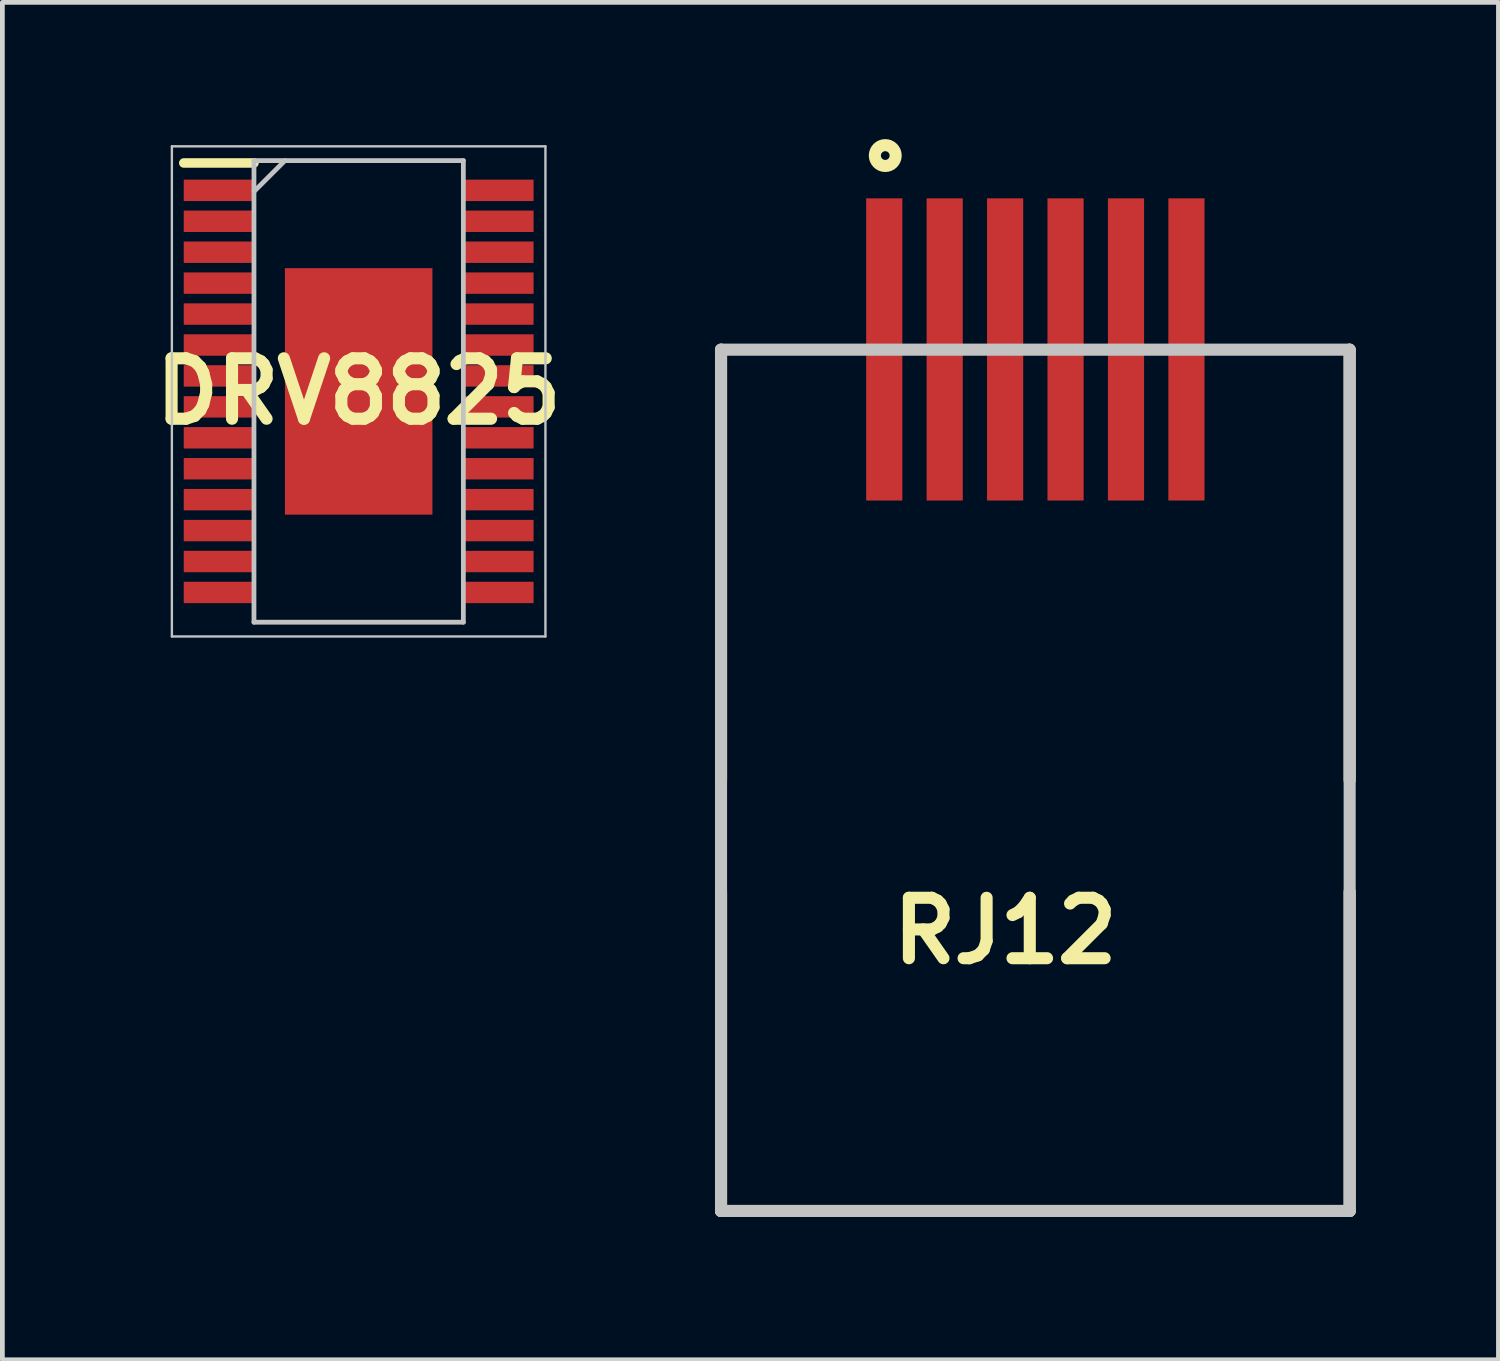
<source format=kicad_pcb>
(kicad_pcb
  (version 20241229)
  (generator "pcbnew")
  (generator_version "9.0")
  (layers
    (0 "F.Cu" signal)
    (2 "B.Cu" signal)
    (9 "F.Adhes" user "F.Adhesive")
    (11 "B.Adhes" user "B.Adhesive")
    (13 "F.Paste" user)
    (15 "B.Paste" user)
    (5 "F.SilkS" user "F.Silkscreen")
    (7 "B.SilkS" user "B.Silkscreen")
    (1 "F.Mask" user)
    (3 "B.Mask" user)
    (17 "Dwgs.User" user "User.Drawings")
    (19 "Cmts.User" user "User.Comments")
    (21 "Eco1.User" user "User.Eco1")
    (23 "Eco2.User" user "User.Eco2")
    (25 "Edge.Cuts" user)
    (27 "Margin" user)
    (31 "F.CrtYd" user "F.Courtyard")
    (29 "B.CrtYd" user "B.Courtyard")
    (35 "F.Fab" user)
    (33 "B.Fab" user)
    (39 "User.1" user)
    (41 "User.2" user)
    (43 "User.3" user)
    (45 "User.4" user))
  (footprint "RJ12"
    (layer "F.Cu")
    (at 18.707 14.518)
    (property "Reference" "RJ12" (at -0.631 1.994 0) (layer "F.SilkS") (effects (font (size 1.27 1.27) (thickness 0.254))))
    (attr through_hole)
    (fp_line (start -6.605 -10.22) (end -6.605 -1.17) (stroke (width 0.254) (type solid)) (layer "F.SilkS"))
    (fp_line (start -6.605 7.88) (end -6.605 1.17) (stroke (width 0.254) (type solid)) (layer "F.SilkS"))
    (fp_line (start 6.605 -10.22) (end 6.605 -1.17) (stroke (width 0.254) (type solid)) (layer "F.SilkS"))
    (fp_line (start 6.605 7.88) (end -6.605 7.88) (stroke (width 0.254) (type solid)) (layer "F.SilkS"))
    (fp_line (start 6.605 7.88) (end 6.605 1.17) (stroke (width 0.254) (type solid)) (layer "F.SilkS"))
    (fp_circle (center -3.154 -14.299) (end -3.154 -14.207) (stroke (width 0.254) (type solid)) (fill no) (layer "F.SilkS"))
    (fp_line (start -6.605 -10.22) (end 6.605 -10.22) (stroke (width 0.254) (type solid)) (layer "Dwgs.User"))
    (fp_line (start -6.605 7.88) (end -6.605 -10.22) (stroke (width 0.254) (type solid)) (layer "Dwgs.User"))
    (fp_line (start 6.605 -10.22) (end 6.605 7.88) (stroke (width 0.254) (type solid)) (layer "Dwgs.User"))
    (fp_line (start 6.605 7.88) (end -6.605 7.88) (stroke (width 0.254) (type solid)) (layer "Dwgs.User"))
    (pad "" np_thru_hole circle (at -5.08 0) (size 0.001 0.001) (drill 3.25) (layers "*.Cu" "*.Mask"))
    (pad "" np_thru_hole circle (at 5.08 0) (size 0.001 0.001) (drill 3.25) (layers "*.Cu" "*.Mask"))
    (pad "1" smd rect (at -3.175 -10.225) (size 0.76 6.35) (layers "F.Cu" "F.Paste"))
    (pad "2" smd rect (at -1.905 -10.225) (size 0.76 6.35) (layers "F.Cu" "F.Paste"))
    (pad "3" smd rect (at -0.635 -10.225) (size 0.76 6.35) (layers "F.Cu" "F.Paste"))
    (pad "4" smd rect (at 0.635 -10.225) (size 0.76 6.35) (layers "F.Cu" "F.Paste"))
    (pad "5" smd rect (at 1.905 -10.225) (size 0.76 6.35) (layers "F.Cu" "F.Paste"))
    (pad "6" smd rect (at 3.175 -10.225) (size 0.76 6.35) (layers "F.Cu" "F.Paste")))
  (footprint "DRV8825"
    (layer "F.Cu")
    (at 4.487 5.175)
    (property "Reference" "DRV8825" (at 0 0 0) (layer "F.SilkS") (effects (font (size 1.27 1.27) (thickness 0.254))))
    (attr smd)
    (fp_line (start -3.675 -4.8) (end -2.2 -4.8) (stroke (width 0.2) (type solid)) (layer "F.SilkS"))
    (fp_line (start -3.925 -5.15) (end 3.925 -5.15) (stroke (width 0.05) (type solid)) (layer "Dwgs.User"))
    (fp_line (start -3.925 5.15) (end -3.925 -5.15) (stroke (width 0.05) (type solid)) (layer "Dwgs.User"))
    (fp_line (start -2.2 -4.85) (end 2.2 -4.85) (stroke (width 0.1) (type solid)) (layer "Dwgs.User"))
    (fp_line (start -2.2 -4.2) (end -1.55 -4.85) (stroke (width 0.1) (type solid)) (layer "Dwgs.User"))
    (fp_line (start -2.2 4.85) (end -2.2 -4.85) (stroke (width 0.1) (type solid)) (layer "Dwgs.User"))
    (fp_line (start 2.2 -4.85) (end 2.2 4.85) (stroke (width 0.1) (type solid)) (layer "Dwgs.User"))
    (fp_line (start 2.2 4.85) (end -2.2 4.85) (stroke (width 0.1) (type solid)) (layer "Dwgs.User"))
    (fp_line (start 3.925 -5.15) (end 3.925 5.15) (stroke (width 0.05) (type solid)) (layer "Dwgs.User"))
    (fp_line (start 3.925 5.15) (end -3.925 5.15) (stroke (width 0.05) (type solid)) (layer "Dwgs.User"))
    (pad "1" smd rect (at -2.938 -4.225 90) (size 0.45 1.475) (layers "F.Cu" "F.Paste"))
    (pad "2" smd rect (at -2.938 -3.575 90) (size 0.45 1.475) (layers "F.Cu" "F.Paste"))
    (pad "3" smd rect (at -2.938 -2.925 90) (size 0.45 1.475) (layers "F.Cu" "F.Paste"))
    (pad "4" smd rect (at -2.938 -2.275 90) (size 0.45 1.475) (layers "F.Cu" "F.Paste"))
    (pad "5" smd rect (at -2.938 -1.625 90) (size 0.45 1.475) (layers "F.Cu" "F.Paste"))
    (pad "6" smd rect (at -2.938 -0.975 90) (size 0.45 1.475) (layers "F.Cu" "F.Paste"))
    (pad "7" smd rect (at -2.938 -0.325 90) (size 0.45 1.475) (layers "F.Cu" "F.Paste"))
    (pad "8" smd rect (at -2.938 0.325 90) (size 0.45 1.475) (layers "F.Cu" "F.Paste"))
    (pad "9" smd rect (at -2.938 0.975 90) (size 0.45 1.475) (layers "F.Cu" "F.Paste"))
    (pad "10" smd rect (at -2.938 1.625 90) (size 0.45 1.475) (layers "F.Cu" "F.Paste"))
    (pad "11" smd rect (at -2.938 2.275 90) (size 0.45 1.475) (layers "F.Cu" "F.Paste"))
    (pad "12" smd rect (at -2.938 2.925 90) (size 0.45 1.475) (layers "F.Cu" "F.Paste"))
    (pad "13" smd rect (at -2.938 3.575 90) (size 0.45 1.475) (layers "F.Cu" "F.Paste"))
    (pad "14" smd rect (at -2.938 4.225 90) (size 0.45 1.475) (layers "F.Cu" "F.Paste"))
    (pad "15" smd rect (at 2.938 4.225 90) (size 0.45 1.475) (layers "F.Cu" "F.Paste"))
    (pad "16" smd rect (at 2.938 3.575 90) (size 0.45 1.475) (layers "F.Cu" "F.Paste"))
    (pad "17" smd rect (at 2.938 2.925 90) (size 0.45 1.475) (layers "F.Cu" "F.Paste"))
    (pad "18" smd rect (at 2.938 2.275 90) (size 0.45 1.475) (layers "F.Cu" "F.Paste"))
    (pad "19" smd rect (at 2.938 1.625 90) (size 0.45 1.475) (layers "F.Cu" "F.Paste"))
    (pad "20" smd rect (at 2.938 0.975 90) (size 0.45 1.475) (layers "F.Cu" "F.Paste"))
    (pad "21" smd rect (at 2.938 0.325 90) (size 0.45 1.475) (layers "F.Cu" "F.Paste"))
    (pad "22" smd rect (at 2.938 -0.325 90) (size 0.45 1.475) (layers "F.Cu" "F.Paste"))
    (pad "23" smd rect (at 2.938 -0.975 90) (size 0.45 1.475) (layers "F.Cu" "F.Paste"))
    (pad "24" smd rect (at 2.938 -1.625 90) (size 0.45 1.475) (layers "F.Cu" "F.Paste"))
    (pad "25" smd rect (at 2.938 -2.275 90) (size 0.45 1.475) (layers "F.Cu" "F.Paste"))
    (pad "26" smd rect (at 2.938 -2.925 90) (size 0.45 1.475) (layers "F.Cu" "F.Paste"))
    (pad "27" smd rect (at 2.938 -3.575 90) (size 0.45 1.475) (layers "F.Cu" "F.Paste"))
    (pad "28" smd rect (at 2.938 -4.225 90) (size 0.45 1.475) (layers "F.Cu" "F.Paste"))
    (pad "29" smd rect (at 0 0) (size 3.1 5.18) (layers "F.Cu" "F.Paste")))
  (gr_rect
    (start -3 -3)
    (end 28.439 25.525)
    (stroke (width 0.1) (type default))
    (fill no)
    (layer "Edge.Cuts")))
</source>
